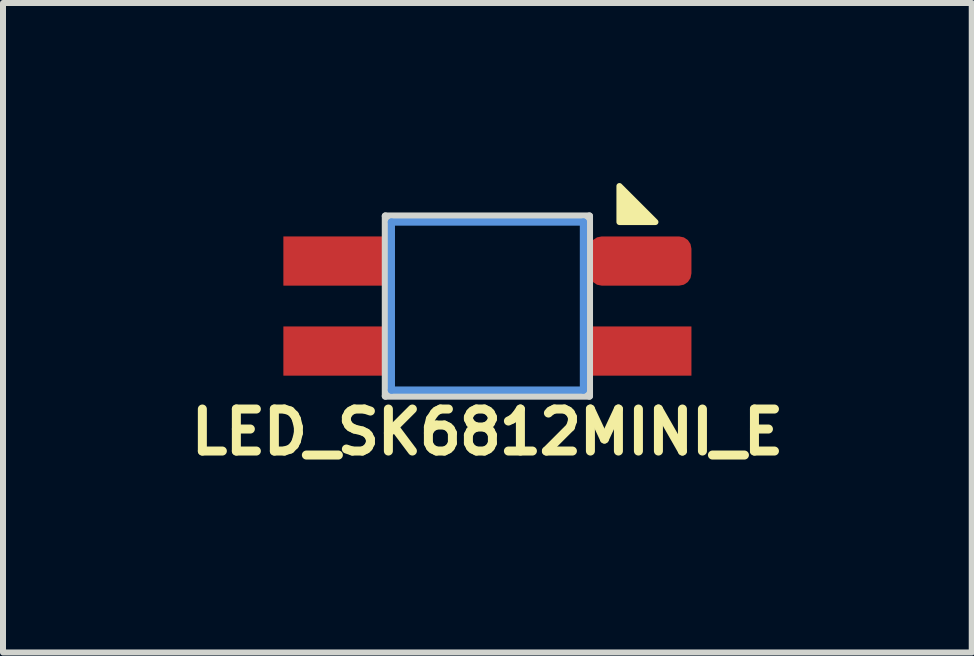
<source format=kicad_pcb>
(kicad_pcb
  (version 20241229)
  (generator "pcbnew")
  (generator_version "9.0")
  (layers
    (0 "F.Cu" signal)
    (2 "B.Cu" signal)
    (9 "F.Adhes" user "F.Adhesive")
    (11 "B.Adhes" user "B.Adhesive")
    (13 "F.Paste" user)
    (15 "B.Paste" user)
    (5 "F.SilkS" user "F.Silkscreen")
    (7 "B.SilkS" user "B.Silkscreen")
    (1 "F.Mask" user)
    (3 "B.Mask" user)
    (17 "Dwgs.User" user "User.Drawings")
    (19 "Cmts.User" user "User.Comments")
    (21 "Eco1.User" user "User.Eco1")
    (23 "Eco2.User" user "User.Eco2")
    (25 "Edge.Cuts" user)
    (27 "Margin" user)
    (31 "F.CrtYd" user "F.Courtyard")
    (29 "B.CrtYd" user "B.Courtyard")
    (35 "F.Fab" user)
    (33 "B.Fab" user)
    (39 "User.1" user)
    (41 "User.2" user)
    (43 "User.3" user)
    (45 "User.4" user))
  (footprint "LED_SK6812MINI_E"
    (layer "F.Cu")
    (at 5.072 2.05)
    (property "Reference" "LED_SK6812MINI_E" (at 0 2.1 0) (unlocked yes) (layer "F.SilkS") (effects (font (size 0.7 0.7) (thickness 0.15))))
    (attr through_hole)
    (fp_poly (pts (xy 2.8 -1.4) (xy 2.2 -1.4) (xy 2.2 -2)) (stroke (width 0.1) (type solid)) (fill yes) (layer "F.SilkS"))
    (fp_line (start -1.6 -1.4) (end 1.6 -1.4) (stroke (width 0.12) (type solid)) (layer "Cmts.User"))
    (fp_line (start -1.6 1.4) (end -1.6 -1.4) (stroke (width 0.12) (type solid)) (layer "Cmts.User"))
    (fp_line (start 1.6 -1.4) (end 1.6 1.4) (stroke (width 0.12) (type solid)) (layer "Cmts.User"))
    (fp_line (start 1.6 1.4) (end -1.6 1.4) (stroke (width 0.12) (type solid)) (layer "Cmts.User"))
    (fp_line (start -1.7 -1.5) (end 1.7 -1.5) (stroke (width 0.12) (type solid)) (layer "Edge.Cuts"))
    (fp_line (start -1.7 1.5) (end -1.7 -1.5) (stroke (width 0.12) (type solid)) (layer "Edge.Cuts"))
    (fp_line (start 1.7 -1.5) (end 1.7 1.5) (stroke (width 0.12) (type solid)) (layer "Edge.Cuts"))
    (fp_line (start 1.7 1.5) (end -1.7 1.5) (stroke (width 0.12) (type solid)) (layer "Edge.Cuts"))
    (pad "1" smd rect (at -2.55 0.75) (size 1.7 0.82) (layers "F.Cu" "F.Mask" "F.Paste"))
    (pad "2" smd rect (at -2.55 -0.75) (size 1.7 0.82) (layers "F.Cu" "F.Mask" "F.Paste"))
    (pad "3" smd roundrect (at 2.55 -0.75) (size 1.7 0.82) (layers "F.Cu" "F.Mask" "F.Paste") (roundrect_rratio 0.25))
    (pad "4" smd rect (at 2.55 0.75) (size 1.7 0.82) (layers "F.Cu" "F.Mask" "F.Paste")))
  (gr_rect
    (start -3 -3)
    (end 13.143 7.823)
    (stroke (width 0.1) (type default))
    (fill no)
    (layer "Edge.Cuts")))
</source>
